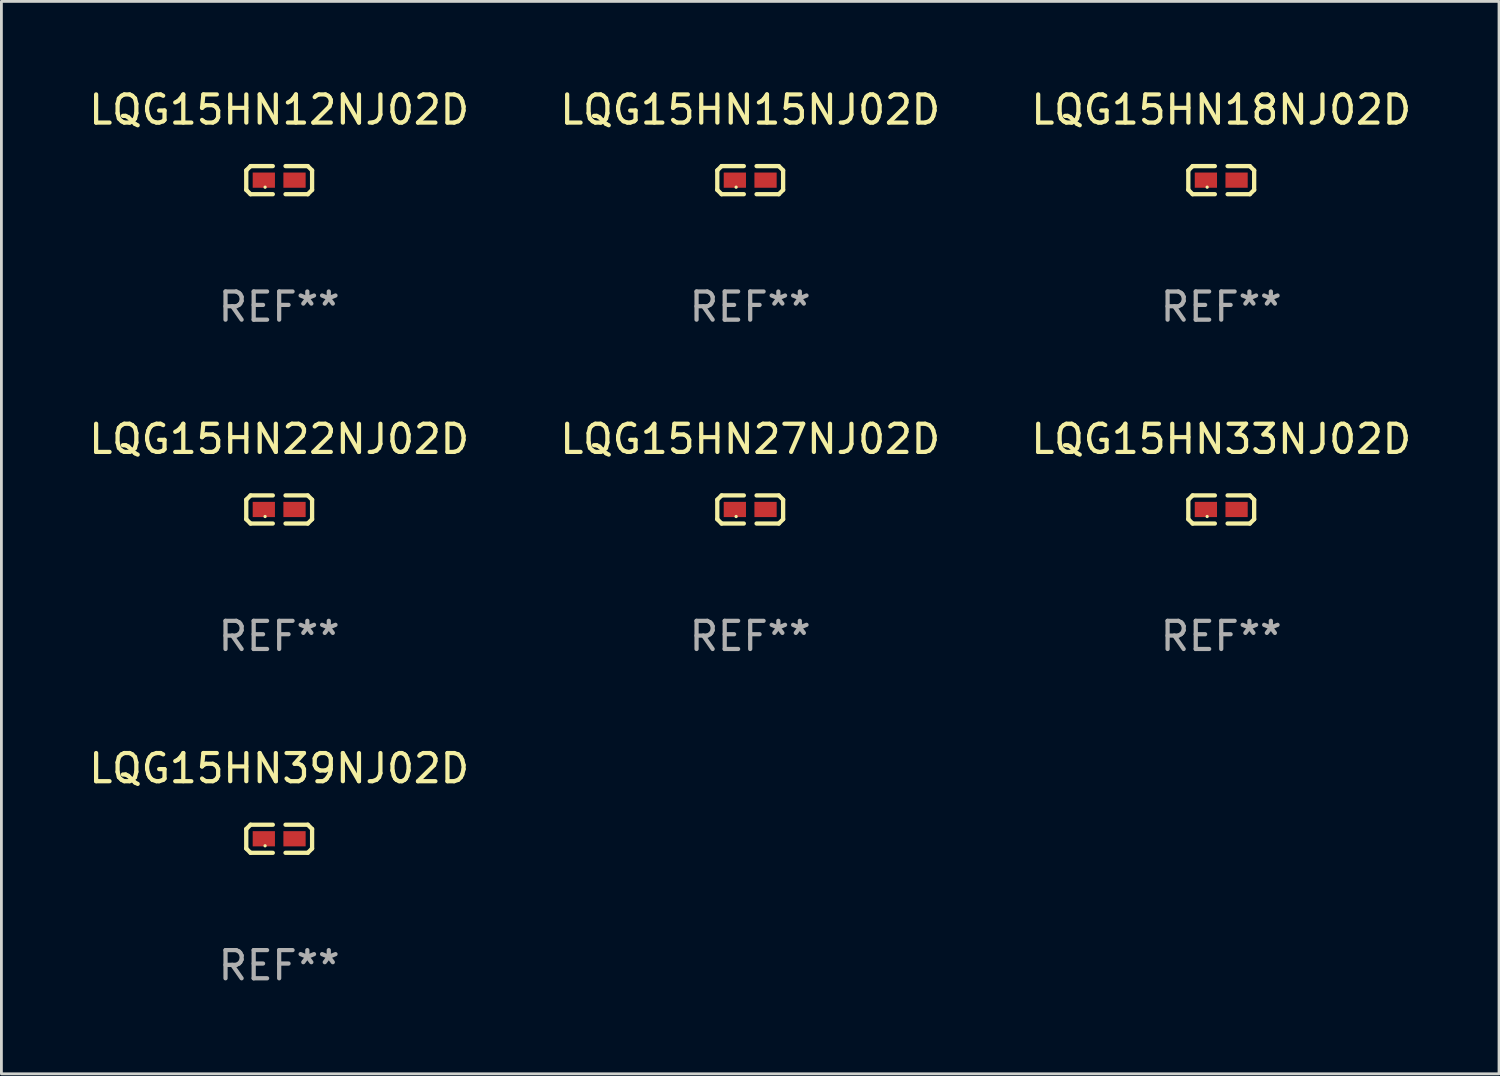
<source format=kicad_pcb>
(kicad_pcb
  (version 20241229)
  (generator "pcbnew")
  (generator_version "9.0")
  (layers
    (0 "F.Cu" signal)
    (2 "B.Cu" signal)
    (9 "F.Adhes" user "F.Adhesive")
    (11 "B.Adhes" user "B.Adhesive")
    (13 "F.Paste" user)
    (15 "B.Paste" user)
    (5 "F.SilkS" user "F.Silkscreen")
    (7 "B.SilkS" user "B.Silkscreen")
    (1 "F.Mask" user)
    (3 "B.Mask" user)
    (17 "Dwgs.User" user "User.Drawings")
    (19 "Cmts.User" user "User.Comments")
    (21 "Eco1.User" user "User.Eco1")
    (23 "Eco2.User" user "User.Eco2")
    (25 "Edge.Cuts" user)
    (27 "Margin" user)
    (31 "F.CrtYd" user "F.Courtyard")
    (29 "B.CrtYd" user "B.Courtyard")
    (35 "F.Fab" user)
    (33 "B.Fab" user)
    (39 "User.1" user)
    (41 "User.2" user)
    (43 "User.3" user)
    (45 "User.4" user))
  (footprint "LQG15HN33NJ02D"
    (layer "F.Cu")
    (at 40.315 15.041)
    (property "Reference" "LQG15HN33NJ02D" (at 0 -2.499 0) (layer "F.SilkS") (effects (font (size 1 1) (thickness 0.15))))
    (attr through_hole)
    (fp_line (start -1.169 -0.346) (end -1.016 -0.499) (stroke (width 0.152) (type solid)) (layer "F.SilkS"))
    (fp_line (start -1.169 0.346) (end -1.169 -0.346) (stroke (width 0.152) (type solid)) (layer "F.SilkS"))
    (fp_line (start -1.016 -0.499) (end -0.226 -0.499) (stroke (width 0.152) (type solid)) (layer "F.SilkS"))
    (fp_line (start -1.016 0.499) (end -1.169 0.346) (stroke (width 0.152) (type solid)) (layer "F.SilkS"))
    (fp_line (start -0.226 0.499) (end -1.016 0.499) (stroke (width 0.152) (type solid)) (layer "F.SilkS"))
    (fp_line (start 0.226 0.499) (end 1.016 0.499) (stroke (width 0.152) (type solid)) (layer "F.SilkS"))
    (fp_line (start 1.016 -0.499) (end 0.226 -0.499) (stroke (width 0.152) (type solid)) (layer "F.SilkS"))
    (fp_line (start 1.016 0.499) (end 1.169 0.346) (stroke (width 0.152) (type solid)) (layer "F.SilkS"))
    (fp_line (start 1.169 -0.346) (end 1.016 -0.499) (stroke (width 0.152) (type solid)) (layer "F.SilkS"))
    (fp_line (start 1.169 0.346) (end 1.169 -0.346) (stroke (width 0.152) (type solid)) (layer "F.SilkS"))
    (fp_circle (center -0.5 0.25) (end -0.47 0.25) (stroke (width 0.06) (type solid)) (fill no) (layer "F.SilkS"))
    (fp_text user "REF**" (at 0 4.499 0) (layer "F.Fab") (effects (font (size 1 1) (thickness 0.15))))
    (pad "1" smd rect (at -0.545 0) (size 0.79 0.54) (layers "F.Cu" "F.Mask" "F.Paste"))
    (pad "2" smd rect (at 0.545 0) (size 0.79 0.54) (layers "F.Cu" "F.Mask" "F.Paste")))
  (footprint "LQG15HN12NJ02D"
    (layer "F.Cu")
    (at 6.863 3.347)
    (property "Reference" "LQG15HN12NJ02D" (at 0 -2.499 0) (layer "F.SilkS") (effects (font (size 1 1) (thickness 0.15))))
    (attr through_hole)
    (fp_line (start -1.169 -0.346) (end -1.016 -0.499) (stroke (width 0.152) (type solid)) (layer "F.SilkS"))
    (fp_line (start -1.169 0.346) (end -1.169 -0.346) (stroke (width 0.152) (type solid)) (layer "F.SilkS"))
    (fp_line (start -1.016 -0.499) (end -0.226 -0.499) (stroke (width 0.152) (type solid)) (layer "F.SilkS"))
    (fp_line (start -1.016 0.499) (end -1.169 0.346) (stroke (width 0.152) (type solid)) (layer "F.SilkS"))
    (fp_line (start -0.226 0.499) (end -1.016 0.499) (stroke (width 0.152) (type solid)) (layer "F.SilkS"))
    (fp_line (start 0.226 0.499) (end 1.016 0.499) (stroke (width 0.152) (type solid)) (layer "F.SilkS"))
    (fp_line (start 1.016 -0.499) (end 0.226 -0.499) (stroke (width 0.152) (type solid)) (layer "F.SilkS"))
    (fp_line (start 1.016 0.499) (end 1.169 0.346) (stroke (width 0.152) (type solid)) (layer "F.SilkS"))
    (fp_line (start 1.169 -0.346) (end 1.016 -0.499) (stroke (width 0.152) (type solid)) (layer "F.SilkS"))
    (fp_line (start 1.169 0.346) (end 1.169 -0.346) (stroke (width 0.152) (type solid)) (layer "F.SilkS"))
    (fp_circle (center -0.5 0.25) (end -0.47 0.25) (stroke (width 0.06) (type solid)) (fill no) (layer "F.SilkS"))
    (fp_text user "REF**" (at 0 4.499 0) (layer "F.Fab") (effects (font (size 1 1) (thickness 0.15))))
    (pad "1" smd rect (at -0.545 0) (size 0.79 0.54) (layers "F.Cu" "F.Mask" "F.Paste"))
    (pad "2" smd rect (at 0.545 0) (size 0.79 0.54) (layers "F.Cu" "F.Mask" "F.Paste")))
  (footprint "LQG15HN18NJ02D"
    (layer "F.Cu")
    (at 40.315 3.347)
    (property "Reference" "LQG15HN18NJ02D" (at 0 -2.499 0) (layer "F.SilkS") (effects (font (size 1 1) (thickness 0.15))))
    (attr through_hole)
    (fp_line (start -1.169 -0.346) (end -1.016 -0.499) (stroke (width 0.152) (type solid)) (layer "F.SilkS"))
    (fp_line (start -1.169 0.346) (end -1.169 -0.346) (stroke (width 0.152) (type solid)) (layer "F.SilkS"))
    (fp_line (start -1.016 -0.499) (end -0.226 -0.499) (stroke (width 0.152) (type solid)) (layer "F.SilkS"))
    (fp_line (start -1.016 0.499) (end -1.169 0.346) (stroke (width 0.152) (type solid)) (layer "F.SilkS"))
    (fp_line (start -0.226 0.499) (end -1.016 0.499) (stroke (width 0.152) (type solid)) (layer "F.SilkS"))
    (fp_line (start 0.226 0.499) (end 1.016 0.499) (stroke (width 0.152) (type solid)) (layer "F.SilkS"))
    (fp_line (start 1.016 -0.499) (end 0.226 -0.499) (stroke (width 0.152) (type solid)) (layer "F.SilkS"))
    (fp_line (start 1.016 0.499) (end 1.169 0.346) (stroke (width 0.152) (type solid)) (layer "F.SilkS"))
    (fp_line (start 1.169 -0.346) (end 1.016 -0.499) (stroke (width 0.152) (type solid)) (layer "F.SilkS"))
    (fp_line (start 1.169 0.346) (end 1.169 -0.346) (stroke (width 0.152) (type solid)) (layer "F.SilkS"))
    (fp_circle (center -0.5 0.25) (end -0.47 0.25) (stroke (width 0.06) (type solid)) (fill no) (layer "F.SilkS"))
    (fp_text user "REF**" (at 0 4.499 0) (layer "F.Fab") (effects (font (size 1 1) (thickness 0.15))))
    (pad "1" smd rect (at -0.545 0) (size 0.79 0.54) (layers "F.Cu" "F.Mask" "F.Paste"))
    (pad "2" smd rect (at 0.545 0) (size 0.79 0.54) (layers "F.Cu" "F.Mask" "F.Paste")))
  (footprint "LQG15HN27NJ02D"
    (layer "F.Cu")
    (at 23.589 15.041)
    (property "Reference" "LQG15HN27NJ02D" (at 0 -2.499 0) (layer "F.SilkS") (effects (font (size 1 1) (thickness 0.15))))
    (attr through_hole)
    (fp_line (start -1.169 -0.346) (end -1.016 -0.499) (stroke (width 0.152) (type solid)) (layer "F.SilkS"))
    (fp_line (start -1.169 0.346) (end -1.169 -0.346) (stroke (width 0.152) (type solid)) (layer "F.SilkS"))
    (fp_line (start -1.016 -0.499) (end -0.226 -0.499) (stroke (width 0.152) (type solid)) (layer "F.SilkS"))
    (fp_line (start -1.016 0.499) (end -1.169 0.346) (stroke (width 0.152) (type solid)) (layer "F.SilkS"))
    (fp_line (start -0.226 0.499) (end -1.016 0.499) (stroke (width 0.152) (type solid)) (layer "F.SilkS"))
    (fp_line (start 0.226 0.499) (end 1.016 0.499) (stroke (width 0.152) (type solid)) (layer "F.SilkS"))
    (fp_line (start 1.016 -0.499) (end 0.226 -0.499) (stroke (width 0.152) (type solid)) (layer "F.SilkS"))
    (fp_line (start 1.016 0.499) (end 1.169 0.346) (stroke (width 0.152) (type solid)) (layer "F.SilkS"))
    (fp_line (start 1.169 -0.346) (end 1.016 -0.499) (stroke (width 0.152) (type solid)) (layer "F.SilkS"))
    (fp_line (start 1.169 0.346) (end 1.169 -0.346) (stroke (width 0.152) (type solid)) (layer "F.SilkS"))
    (fp_circle (center -0.5 0.25) (end -0.47 0.25) (stroke (width 0.06) (type solid)) (fill no) (layer "F.SilkS"))
    (fp_text user "REF**" (at 0 4.499 0) (layer "F.Fab") (effects (font (size 1 1) (thickness 0.15))))
    (pad "1" smd rect (at -0.545 0) (size 0.79 0.54) (layers "F.Cu" "F.Mask" "F.Paste"))
    (pad "2" smd rect (at 0.545 0) (size 0.79 0.54) (layers "F.Cu" "F.Mask" "F.Paste")))
  (footprint "LQG15HN39NJ02D"
    (layer "F.Cu")
    (at 6.863 26.734)
    (property "Reference" "LQG15HN39NJ02D" (at 0 -2.499 0) (layer "F.SilkS") (effects (font (size 1 1) (thickness 0.15))))
    (attr through_hole)
    (fp_line (start -1.169 -0.346) (end -1.016 -0.499) (stroke (width 0.152) (type solid)) (layer "F.SilkS"))
    (fp_line (start -1.169 0.346) (end -1.169 -0.346) (stroke (width 0.152) (type solid)) (layer "F.SilkS"))
    (fp_line (start -1.016 -0.499) (end -0.226 -0.499) (stroke (width 0.152) (type solid)) (layer "F.SilkS"))
    (fp_line (start -1.016 0.499) (end -1.169 0.346) (stroke (width 0.152) (type solid)) (layer "F.SilkS"))
    (fp_line (start -0.226 0.499) (end -1.016 0.499) (stroke (width 0.152) (type solid)) (layer "F.SilkS"))
    (fp_line (start 0.226 0.499) (end 1.016 0.499) (stroke (width 0.152) (type solid)) (layer "F.SilkS"))
    (fp_line (start 1.016 -0.499) (end 0.226 -0.499) (stroke (width 0.152) (type solid)) (layer "F.SilkS"))
    (fp_line (start 1.016 0.499) (end 1.169 0.346) (stroke (width 0.152) (type solid)) (layer "F.SilkS"))
    (fp_line (start 1.169 -0.346) (end 1.016 -0.499) (stroke (width 0.152) (type solid)) (layer "F.SilkS"))
    (fp_line (start 1.169 0.346) (end 1.169 -0.346) (stroke (width 0.152) (type solid)) (layer "F.SilkS"))
    (fp_circle (center -0.5 0.25) (end -0.47 0.25) (stroke (width 0.06) (type solid)) (fill no) (layer "F.SilkS"))
    (fp_text user "REF**" (at 0 4.499 0) (layer "F.Fab") (effects (font (size 1 1) (thickness 0.15))))
    (pad "1" smd rect (at -0.545 0) (size 0.79 0.54) (layers "F.Cu" "F.Mask" "F.Paste"))
    (pad "2" smd rect (at 0.545 0) (size 0.79 0.54) (layers "F.Cu" "F.Mask" "F.Paste")))
  (footprint "LQG15HN15NJ02D"
    (layer "F.Cu")
    (at 23.589 3.347)
    (property "Reference" "LQG15HN15NJ02D" (at 0 -2.499 0) (layer "F.SilkS") (effects (font (size 1 1) (thickness 0.15))))
    (attr through_hole)
    (fp_line (start -1.169 -0.346) (end -1.016 -0.499) (stroke (width 0.152) (type solid)) (layer "F.SilkS"))
    (fp_line (start -1.169 0.346) (end -1.169 -0.346) (stroke (width 0.152) (type solid)) (layer "F.SilkS"))
    (fp_line (start -1.016 -0.499) (end -0.226 -0.499) (stroke (width 0.152) (type solid)) (layer "F.SilkS"))
    (fp_line (start -1.016 0.499) (end -1.169 0.346) (stroke (width 0.152) (type solid)) (layer "F.SilkS"))
    (fp_line (start -0.226 0.499) (end -1.016 0.499) (stroke (width 0.152) (type solid)) (layer "F.SilkS"))
    (fp_line (start 0.226 0.499) (end 1.016 0.499) (stroke (width 0.152) (type solid)) (layer "F.SilkS"))
    (fp_line (start 1.016 -0.499) (end 0.226 -0.499) (stroke (width 0.152) (type solid)) (layer "F.SilkS"))
    (fp_line (start 1.016 0.499) (end 1.169 0.346) (stroke (width 0.152) (type solid)) (layer "F.SilkS"))
    (fp_line (start 1.169 -0.346) (end 1.016 -0.499) (stroke (width 0.152) (type solid)) (layer "F.SilkS"))
    (fp_line (start 1.169 0.346) (end 1.169 -0.346) (stroke (width 0.152) (type solid)) (layer "F.SilkS"))
    (fp_circle (center -0.5 0.25) (end -0.47 0.25) (stroke (width 0.06) (type solid)) (fill no) (layer "F.SilkS"))
    (fp_text user "REF**" (at 0 4.499 0) (layer "F.Fab") (effects (font (size 1 1) (thickness 0.15))))
    (pad "1" smd rect (at -0.545 0) (size 0.79 0.54) (layers "F.Cu" "F.Mask" "F.Paste"))
    (pad "2" smd rect (at 0.545 0) (size 0.79 0.54) (layers "F.Cu" "F.Mask" "F.Paste")))
  (footprint "LQG15HN22NJ02D"
    (layer "F.Cu")
    (at 6.863 15.041)
    (property "Reference" "LQG15HN22NJ02D" (at 0 -2.499 0) (layer "F.SilkS") (effects (font (size 1 1) (thickness 0.15))))
    (attr through_hole)
    (fp_line (start -1.169 -0.346) (end -1.016 -0.499) (stroke (width 0.152) (type solid)) (layer "F.SilkS"))
    (fp_line (start -1.169 0.346) (end -1.169 -0.346) (stroke (width 0.152) (type solid)) (layer "F.SilkS"))
    (fp_line (start -1.016 -0.499) (end -0.226 -0.499) (stroke (width 0.152) (type solid)) (layer "F.SilkS"))
    (fp_line (start -1.016 0.499) (end -1.169 0.346) (stroke (width 0.152) (type solid)) (layer "F.SilkS"))
    (fp_line (start -0.226 0.499) (end -1.016 0.499) (stroke (width 0.152) (type solid)) (layer "F.SilkS"))
    (fp_line (start 0.226 0.499) (end 1.016 0.499) (stroke (width 0.152) (type solid)) (layer "F.SilkS"))
    (fp_line (start 1.016 -0.499) (end 0.226 -0.499) (stroke (width 0.152) (type solid)) (layer "F.SilkS"))
    (fp_line (start 1.016 0.499) (end 1.169 0.346) (stroke (width 0.152) (type solid)) (layer "F.SilkS"))
    (fp_line (start 1.169 -0.346) (end 1.016 -0.499) (stroke (width 0.152) (type solid)) (layer "F.SilkS"))
    (fp_line (start 1.169 0.346) (end 1.169 -0.346) (stroke (width 0.152) (type solid)) (layer "F.SilkS"))
    (fp_circle (center -0.5 0.25) (end -0.47 0.25) (stroke (width 0.06) (type solid)) (fill no) (layer "F.SilkS"))
    (fp_text user "REF**" (at 0 4.499 0) (layer "F.Fab") (effects (font (size 1 1) (thickness 0.15))))
    (pad "1" smd rect (at -0.545 0) (size 0.79 0.54) (layers "F.Cu" "F.Mask" "F.Paste"))
    (pad "2" smd rect (at 0.545 0) (size 0.79 0.54) (layers "F.Cu" "F.Mask" "F.Paste")))
  (gr_rect
    (start -3 -3)
    (end 50.179 35.081)
    (stroke (width 0.1) (type default))
    (fill no)
    (layer "Edge.Cuts")))
</source>
